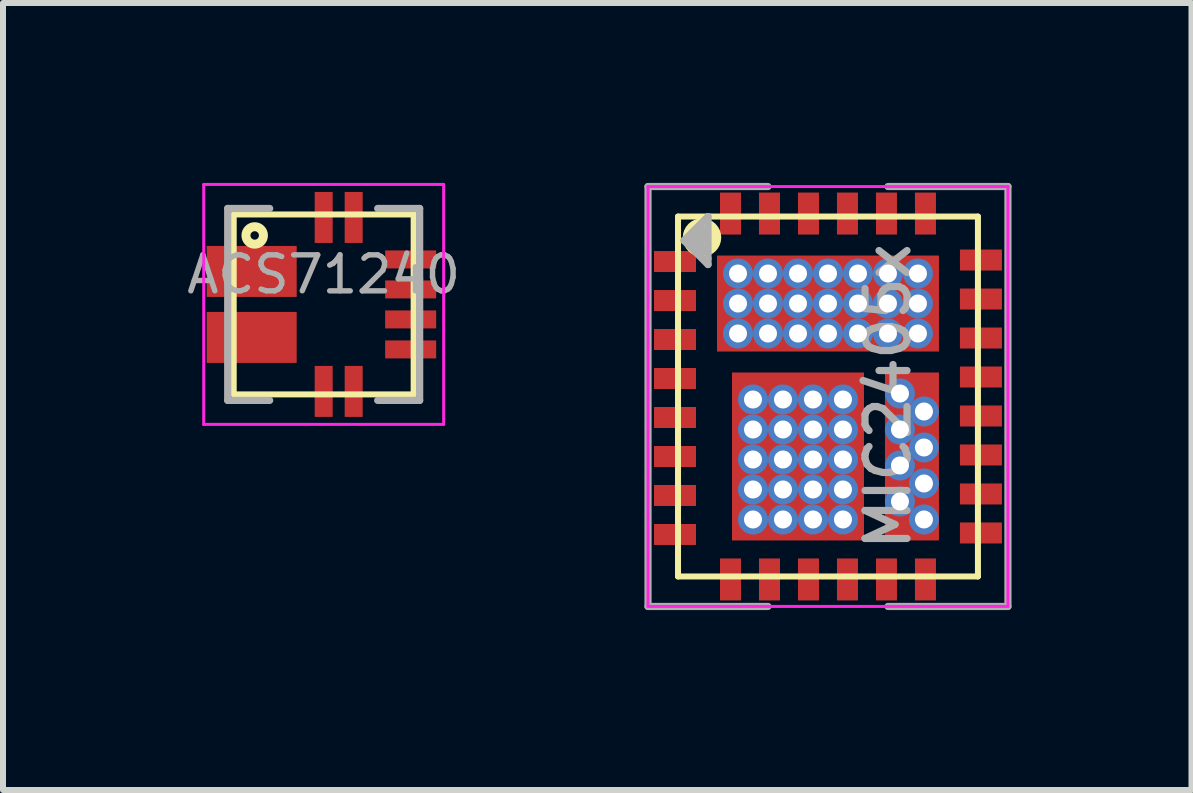
<source format=kicad_pcb>
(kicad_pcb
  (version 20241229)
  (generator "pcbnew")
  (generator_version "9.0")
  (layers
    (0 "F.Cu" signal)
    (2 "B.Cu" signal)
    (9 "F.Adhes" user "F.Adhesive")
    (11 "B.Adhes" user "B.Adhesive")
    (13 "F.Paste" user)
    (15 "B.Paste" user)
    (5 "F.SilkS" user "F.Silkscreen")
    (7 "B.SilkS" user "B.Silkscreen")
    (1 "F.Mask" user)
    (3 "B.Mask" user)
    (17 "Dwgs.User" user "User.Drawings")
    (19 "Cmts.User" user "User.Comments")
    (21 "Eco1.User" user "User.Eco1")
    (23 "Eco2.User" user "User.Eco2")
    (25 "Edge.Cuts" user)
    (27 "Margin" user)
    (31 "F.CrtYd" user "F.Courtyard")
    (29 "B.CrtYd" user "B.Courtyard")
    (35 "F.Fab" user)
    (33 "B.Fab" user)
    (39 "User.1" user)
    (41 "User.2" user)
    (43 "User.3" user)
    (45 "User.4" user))
  (footprint "ACS71240"
    (layer "F.Cu")
    (at 2.346 2.025)
    (property "Reference" "ACS71240" (at 0 -0.5 0) (layer "F.Fab") (effects (font (size 0.6 0.6) (thickness 0.09))))
    (attr smd)
    (fp_line (start -1.5 -1.5) (end -1.5 1.5) (stroke (width 0.1) (type solid)) (layer "F.SilkS"))
    (fp_line (start -1.5 -1.5) (end 1.5 -1.5) (stroke (width 0.1) (type solid)) (layer "F.SilkS"))
    (fp_line (start 1.5 -1.5) (end 1.5 1.5) (stroke (width 0.1) (type solid)) (layer "F.SilkS"))
    (fp_line (start 1.5 1.5) (end -1.5 1.5) (stroke (width 0.1) (type solid)) (layer "F.SilkS"))
    (fp_circle (center -1.15 -1.15) (end -1.2 -1.2) (stroke (width 0.15) (type solid)) (fill no) (layer "F.SilkS"))
    (fp_line (start -2 -2) (end -2 2) (stroke (width 0.05) (type solid)) (layer "F.CrtYd"))
    (fp_line (start -2 -2) (end 2 -2) (stroke (width 0.05) (type solid)) (layer "F.CrtYd"))
    (fp_line (start -2 2) (end 2 2) (stroke (width 0.05) (type solid)) (layer "F.CrtYd"))
    (fp_line (start 2 -2) (end 2 2) (stroke (width 0.05) (type solid)) (layer "F.CrtYd"))
    (fp_line (start -1.6 -1.6) (end -1.6 1.6) (stroke (width 0.12) (type solid)) (layer "F.Fab"))
    (fp_line (start -1.6 1.6) (end -0.9 1.6) (stroke (width 0.12) (type solid)) (layer "F.Fab"))
    (fp_line (start -0.9 -1.6) (end -1.6 -1.6) (stroke (width 0.12) (type solid)) (layer "F.Fab"))
    (fp_line (start 0.9 1.6) (end 1.6 1.6) (stroke (width 0.12) (type solid)) (layer "F.Fab"))
    (fp_line (start 1.6 -1.6) (end 0.9 -1.6) (stroke (width 0.12) (type solid)) (layer "F.Fab"))
    (fp_line (start 1.6 1.6) (end 1.6 -1.6) (stroke (width 0.12) (type solid)) (layer "F.Fab"))
    (pad "" smd rect (at 1.45 0.75) (size 0.85 0.3) (layers "F.Cu" "F.Mask" "F.Paste"))
    (pad "1" smd rect (at -1.2 -0.55) (size 1.5 0.85) (layers "F.Cu" "F.Mask" "F.Paste"))
    (pad "2" smd rect (at -1.2 0.55) (size 1.5 0.85) (layers "F.Cu" "F.Mask" "F.Paste"))
    (pad "3" smd rect (at 0 1.45 90) (size 0.85 0.3) (layers "F.Cu" "F.Mask" "F.Paste"))
    (pad "3" smd rect (at 0.5 -1.45 90) (size 0.85 0.3) (layers "F.Cu" "F.Mask" "F.Paste"))
    (pad "3" smd rect (at 0.5 1.45 90) (size 0.85 0.3) (layers "F.Cu" "F.Mask" "F.Paste"))
    (pad "3" smd rect (at 1.45 -0.25) (size 0.85 0.3) (layers "F.Cu" "F.Mask" "F.Paste"))
    (pad "3" smd rect (at 1.45 0.25) (size 0.85 0.3) (layers "F.Cu" "F.Mask" "F.Paste"))
    (pad "4" smd rect (at 1.45 -0.75) (size 0.85 0.3) (layers "F.Cu" "F.Mask" "F.Paste"))
    (pad "5" smd rect (at 0 -1.45 90) (size 0.85 0.3) (layers "F.Cu" "F.Mask" "F.Paste")))
  (footprint "MIC2405x"
    (layer "F.Cu")
    (at 10.753 3.56)
    (property "Reference" "MIC2405x" (at 1 0 90) (layer "F.Fab") (effects (font (size 0.7 0.7) (thickness 0.12))))
    (attr through_hole)
    (fp_line (start -2.5 -3) (end 2.5 -3) (stroke (width 0.1) (type solid)) (layer "F.SilkS"))
    (fp_line (start -2.5 3) (end -2.5 -3) (stroke (width 0.1) (type solid)) (layer "F.SilkS"))
    (fp_line (start -2.2 -2.65) (end -2 -2.65) (stroke (width 0.15) (type solid)) (layer "F.SilkS"))
    (fp_line (start -2.1 -2.55) (end -2.1 -2.75) (stroke (width 0.15) (type solid)) (layer "F.SilkS"))
    (fp_line (start 2.5 -3) (end 2.5 3) (stroke (width 0.1) (type solid)) (layer "F.SilkS"))
    (fp_line (start 2.5 3) (end -2.5 3) (stroke (width 0.1) (type solid)) (layer "F.SilkS"))
    (fp_circle (center -2.1 -2.65) (end -2.05 -2.6) (stroke (width 0.25) (type solid)) (fill no) (layer "F.SilkS"))
    (fp_line (start -3 -3.5) (end 3 -3.5) (stroke (width 0.05) (type solid)) (layer "F.CrtYd"))
    (fp_line (start -3 3.5) (end -3 -3.5) (stroke (width 0.05) (type solid)) (layer "F.CrtYd"))
    (fp_line (start 3 -3.5) (end 3 3.5) (stroke (width 0.05) (type solid)) (layer "F.CrtYd"))
    (fp_line (start 3 3.5) (end -3 3.5) (stroke (width 0.05) (type solid)) (layer "F.CrtYd"))
    (fp_line (start -3 -3.5) (end -3 3.5) (stroke (width 0.12) (type solid)) (layer "F.Fab"))
    (fp_line (start -3 3.5) (end -1 3.5) (stroke (width 0.12) (type solid)) (layer "F.Fab"))
    (fp_line (start -2.4 -2.6) (end -2 -3) (stroke (width 0.12) (type solid)) (layer "F.Fab"))
    (fp_line (start -2.3 -2.6) (end -2.1 -2.6) (stroke (width 0.12) (type solid)) (layer "F.Fab"))
    (fp_line (start -2.3 -2.6) (end -2.1 -2.4) (stroke (width 0.12) (type solid)) (layer "F.Fab"))
    (fp_line (start -2.1 -2.8) (end -2.3 -2.6) (stroke (width 0.12) (type solid)) (layer "F.Fab"))
    (fp_line (start -2.1 -2.6) (end -2.1 -2.8) (stroke (width 0.12) (type solid)) (layer "F.Fab"))
    (fp_line (start -2.1 -2.5) (end -2.2 -2.5) (stroke (width 0.12) (type solid)) (layer "F.Fab"))
    (fp_line (start -2.1 -2.4) (end -2.1 -2.5) (stroke (width 0.12) (type solid)) (layer "F.Fab"))
    (fp_line (start -2 -3) (end -2 -2.3) (stroke (width 0.12) (type solid)) (layer "F.Fab"))
    (fp_line (start -2 -2.3) (end -2 -2.2) (stroke (width 0.12) (type solid)) (layer "F.Fab"))
    (fp_line (start -2 -2.2) (end -2.4 -2.6) (stroke (width 0.12) (type solid)) (layer "F.Fab"))
    (fp_line (start -1 -3.5) (end -3 -3.5) (stroke (width 0.12) (type solid)) (layer "F.Fab"))
    (fp_line (start 1 3.5) (end 3 3.5) (stroke (width 0.12) (type solid)) (layer "F.Fab"))
    (fp_line (start 3 -3.5) (end 1 -3.5) (stroke (width 0.12) (type solid)) (layer "F.Fab"))
    (fp_line (start 3 3.5) (end 3 -3.5) (stroke (width 0.12) (type solid)) (layer "F.Fab"))
    (pad "" smd rect (at -2.55 -0.95) (size 0.7 0.35) (layers "F.Cu" "F.Mask" "F.Paste"))
    (pad "1" smd rect (at -2.55 -2.25) (size 0.7 0.35) (layers "F.Cu" "F.Mask" "F.Paste"))
    (pad "2" smd rect (at -2.55 -1.6) (size 0.7 0.35) (layers "F.Cu" "F.Mask" "F.Paste"))
    (pad "2" smd rect (at -2.55 0.35) (size 0.7 0.35) (layers "F.Cu" "F.Mask" "F.Paste"))
    (pad "2" smd rect (at -2.55 1) (size 0.7 0.35) (layers "F.Cu" "F.Mask" "F.Paste"))
    (pad "2" smd rect (at -2.55 1.65) (size 0.7 0.35) (layers "F.Cu" "F.Mask" "F.Paste"))
    (pad "2" smd rect (at -2.55 2.3) (size 0.7 0.35) (layers "F.Cu" "F.Mask" "F.Paste"))
    (pad "2" thru_hole circle (at -1.5 -2.05) (size 0.5 0.5) (drill 0.3) (layers "*.Cu" "F.Mask"))
    (pad "2" thru_hole circle (at -1.5 -1.55) (size 0.5 0.5) (drill 0.3) (layers "*.Cu" "F.Mask"))
    (pad "2" thru_hole circle (at -1.5 -1.05) (size 0.5 0.5) (drill 0.3) (layers "*.Cu" "F.Mask"))
    (pad "2" thru_hole circle (at -1 -2.05) (size 0.5 0.5) (drill 0.3) (layers "*.Cu" "F.Mask"))
    (pad "2" thru_hole circle (at -1 -1.55) (size 0.5 0.5) (drill 0.3) (layers "*.Cu" "F.Mask"))
    (pad "2" thru_hole circle (at -1 -1.05) (size 0.5 0.5) (drill 0.3) (layers "*.Cu" "F.Mask"))
    (pad "2" thru_hole circle (at -0.5 -2.05) (size 0.5 0.5) (drill 0.3) (layers "*.Cu" "F.Mask"))
    (pad "2" thru_hole circle (at -0.5 -1.55) (size 0.5 0.5) (drill 0.3) (layers "*.Cu" "F.Mask"))
    (pad "2" thru_hole circle (at -0.5 -1.05) (size 0.5 0.5) (drill 0.3) (layers "*.Cu" "F.Mask"))
    (pad "2" thru_hole circle (at 0 -2.05) (size 0.5 0.5) (drill 0.3) (layers "*.Cu" "F.Mask"))
    (pad "2" thru_hole circle (at 0 -1.55) (size 0.5 0.5) (drill 0.3) (layers "*.Cu" "F.Mask"))
    (pad "2" smd rect (at 0 -1.55) (size 3.7 1.6) (layers "F.Cu" "F.Mask" "F.Paste"))
    (pad "2" thru_hole circle (at 0 -1.05) (size 0.5 0.5) (drill 0.3) (layers "*.Cu" "F.Mask"))
    (pad "2" thru_hole circle (at 0.5 -2.05) (size 0.5 0.5) (drill 0.3) (layers "*.Cu" "F.Mask"))
    (pad "2" thru_hole circle (at 0.5 -1.55) (size 0.5 0.5) (drill 0.3) (layers "*.Cu" "F.Mask"))
    (pad "2" thru_hole circle (at 0.5 -1.05) (size 0.5 0.5) (drill 0.3) (layers "*.Cu" "F.Mask"))
    (pad "2" thru_hole circle (at 1 -2.05) (size 0.5 0.5) (drill 0.3) (layers "*.Cu" "F.Mask"))
    (pad "2" thru_hole circle (at 1 -1.55) (size 0.5 0.5) (drill 0.3) (layers "*.Cu" "F.Mask"))
    (pad "2" thru_hole circle (at 1 -1.05) (size 0.5 0.5) (drill 0.3) (layers "*.Cu" "F.Mask"))
    (pad "2" thru_hole circle (at 1.5 -2.05) (size 0.5 0.5) (drill 0.3) (layers "*.Cu" "F.Mask"))
    (pad "2" thru_hole circle (at 1.5 -1.55) (size 0.5 0.5) (drill 0.3) (layers "*.Cu" "F.Mask"))
    (pad "2" thru_hole circle (at 1.5 -1.05) (size 0.5 0.5) (drill 0.3) (layers "*.Cu" "F.Mask"))
    (pad "2" smd rect (at 2.55 -1.625) (size 0.7 0.35) (layers "F.Cu" "F.Mask" "F.Paste"))
    (pad "3" smd rect (at -2.55 -0.3) (size 0.7 0.35) (layers "F.Cu" "F.Mask" "F.Paste"))
    (pad "3" smd rect (at -1.625 3.05) (size 0.35 0.7) (layers "F.Cu" "F.Mask" "F.Paste"))
    (pad "3" thru_hole circle (at -1.25 0.05) (size 0.5 0.5) (drill 0.3) (layers "*.Cu" "F.Mask"))
    (pad "3" thru_hole circle (at -1.25 0.55) (size 0.5 0.5) (drill 0.3) (layers "*.Cu" "F.Mask"))
    (pad "3" thru_hole circle (at -1.25 1.05) (size 0.5 0.5) (drill 0.3) (layers "*.Cu" "F.Mask"))
    (pad "3" thru_hole circle (at -1.25 1.55) (size 0.5 0.5) (drill 0.3) (layers "*.Cu" "F.Mask"))
    (pad "3" thru_hole circle (at -1.25 2.05) (size 0.5 0.5) (drill 0.3) (layers "*.Cu" "F.Mask"))
    (pad "3" smd rect (at -0.975 3.05) (size 0.35 0.7) (layers "F.Cu" "F.Mask" "F.Paste"))
    (pad "3" thru_hole circle (at -0.75 0.05) (size 0.5 0.5) (drill 0.3) (layers "*.Cu" "F.Mask"))
    (pad "3" thru_hole circle (at -0.75 0.55) (size 0.5 0.5) (drill 0.3) (layers "*.Cu" "F.Mask"))
    (pad "3" thru_hole circle (at -0.75 1.05) (size 0.5 0.5) (drill 0.3) (layers "*.Cu" "F.Mask"))
    (pad "3" thru_hole circle (at -0.75 1.55) (size 0.5 0.5) (drill 0.3) (layers "*.Cu" "F.Mask"))
    (pad "3" thru_hole circle (at -0.75 2.05) (size 0.5 0.5) (drill 0.3) (layers "*.Cu" "F.Mask"))
    (pad "3" smd rect (at -0.5 1) (size 2.2 2.8) (layers "F.Cu" "F.Mask" "F.Paste"))
    (pad "3" smd rect (at -0.325 3.05) (size 0.35 0.7) (layers "F.Cu" "F.Mask" "F.Paste"))
    (pad "3" thru_hole circle (at -0.25 0.05) (size 0.5 0.5) (drill 0.3) (layers "*.Cu" "F.Mask"))
    (pad "3" thru_hole circle (at -0.25 0.55) (size 0.5 0.5) (drill 0.3) (layers "*.Cu" "F.Mask"))
    (pad "3" thru_hole circle (at -0.25 1.05) (size 0.5 0.5) (drill 0.3) (layers "*.Cu" "F.Mask"))
    (pad "3" thru_hole circle (at -0.25 1.55) (size 0.5 0.5) (drill 0.3) (layers "*.Cu" "F.Mask"))
    (pad "3" thru_hole circle (at -0.25 2.05) (size 0.5 0.5) (drill 0.3) (layers "*.Cu" "F.Mask"))
    (pad "3" thru_hole circle (at 0.25 0.05) (size 0.5 0.5) (drill 0.3) (layers "*.Cu" "F.Mask"))
    (pad "3" thru_hole circle (at 0.25 0.55) (size 0.5 0.5) (drill 0.3) (layers "*.Cu" "F.Mask"))
    (pad "3" thru_hole circle (at 0.25 1.05) (size 0.5 0.5) (drill 0.3) (layers "*.Cu" "F.Mask"))
    (pad "3" thru_hole circle (at 0.25 1.55) (size 0.5 0.5) (drill 0.3) (layers "*.Cu" "F.Mask"))
    (pad "3" thru_hole circle (at 0.25 2.05) (size 0.5 0.5) (drill 0.3) (layers "*.Cu" "F.Mask"))
    (pad "3" smd rect (at 0.325 3.05) (size 0.35 0.7) (layers "F.Cu" "F.Mask" "F.Paste"))
    (pad "4" smd rect (at 0.975 3.05) (size 0.35 0.7) (layers "F.Cu" "F.Mask" "F.Paste"))
    (pad "4" thru_hole circle (at 1.2 -0.05) (size 0.5 0.5) (drill 0.3) (layers "*.Cu" "F.Mask"))
    (pad "4" thru_hole circle (at 1.2 0.55) (size 0.5 0.5) (drill 0.3) (layers "*.Cu" "F.Mask"))
    (pad "4" thru_hole circle (at 1.2 1.15) (size 0.5 0.5) (drill 0.3) (layers "*.Cu" "F.Mask"))
    (pad "4" thru_hole circle (at 1.2 1.75) (size 0.5 0.5) (drill 0.3) (layers "*.Cu" "F.Mask"))
    (pad "4" smd rect (at 1.4 1) (size 0.9 2.8) (layers "F.Cu" "F.Mask" "F.Paste"))
    (pad "4" thru_hole circle (at 1.6 0.25) (size 0.5 0.5) (drill 0.3) (layers "*.Cu" "F.Mask"))
    (pad "4" thru_hole circle (at 1.6 0.85) (size 0.5 0.5) (drill 0.3) (layers "*.Cu" "F.Mask"))
    (pad "4" thru_hole circle (at 1.6 1.45) (size 0.5 0.5) (drill 0.3) (layers "*.Cu" "F.Mask"))
    (pad "4" thru_hole circle (at 1.6 2.05) (size 0.5 0.5) (drill 0.3) (layers "*.Cu" "F.Mask"))
    (pad "4" smd rect (at 1.625 3.05) (size 0.35 0.7) (layers "F.Cu" "F.Mask" "F.Paste"))
    (pad "4" smd rect (at 2.55 -0.325) (size 0.7 0.35) (layers "F.Cu" "F.Mask" "F.Paste"))
    (pad "4" smd rect (at 2.55 0.325) (size 0.7 0.35) (layers "F.Cu" "F.Mask" "F.Paste"))
    (pad "4" smd rect (at 2.55 0.975) (size 0.7 0.35) (layers "F.Cu" "F.Mask" "F.Paste"))
    (pad "4" smd rect (at 2.55 1.625) (size 0.7 0.35) (layers "F.Cu" "F.Mask" "F.Paste"))
    (pad "4" smd rect (at 2.55 2.275) (size 0.7 0.35) (layers "F.Cu" "F.Mask" "F.Paste"))
    (pad "5" smd rect (at 2.55 -0.975) (size 0.7 0.35) (layers "F.Cu" "F.Mask" "F.Paste"))
    (pad "6" smd rect (at 2.55 -2.275) (size 0.7 0.35) (layers "F.Cu" "F.Mask" "F.Paste"))
    (pad "7" smd rect (at 1.625 -3.05) (size 0.35 0.7) (layers "F.Cu" "F.Mask" "F.Paste"))
    (pad "8" smd rect (at 0.975 -3.05) (size 0.35 0.7) (layers "F.Cu" "F.Mask" "F.Paste"))
    (pad "9" smd rect (at 0.325 -3.05) (size 0.35 0.7) (layers "F.Cu" "F.Mask" "F.Paste"))
    (pad "10" smd rect (at -0.325 -3.05) (size 0.35 0.7) (layers "F.Cu" "F.Mask" "F.Paste"))
    (pad "11" smd rect (at -0.975 -3.05) (size 0.35 0.7) (layers "F.Cu" "F.Mask" "F.Paste"))
    (pad "12" smd rect (at -1.625 -3.05) (size 0.35 0.7) (layers "F.Cu" "F.Mask" "F.Paste")))
  (gr_rect
    (start -3 -3)
    (end 16.813 10.12)
    (stroke (width 0.1) (type default))
    (fill no)
    (layer "Edge.Cuts")))
</source>
